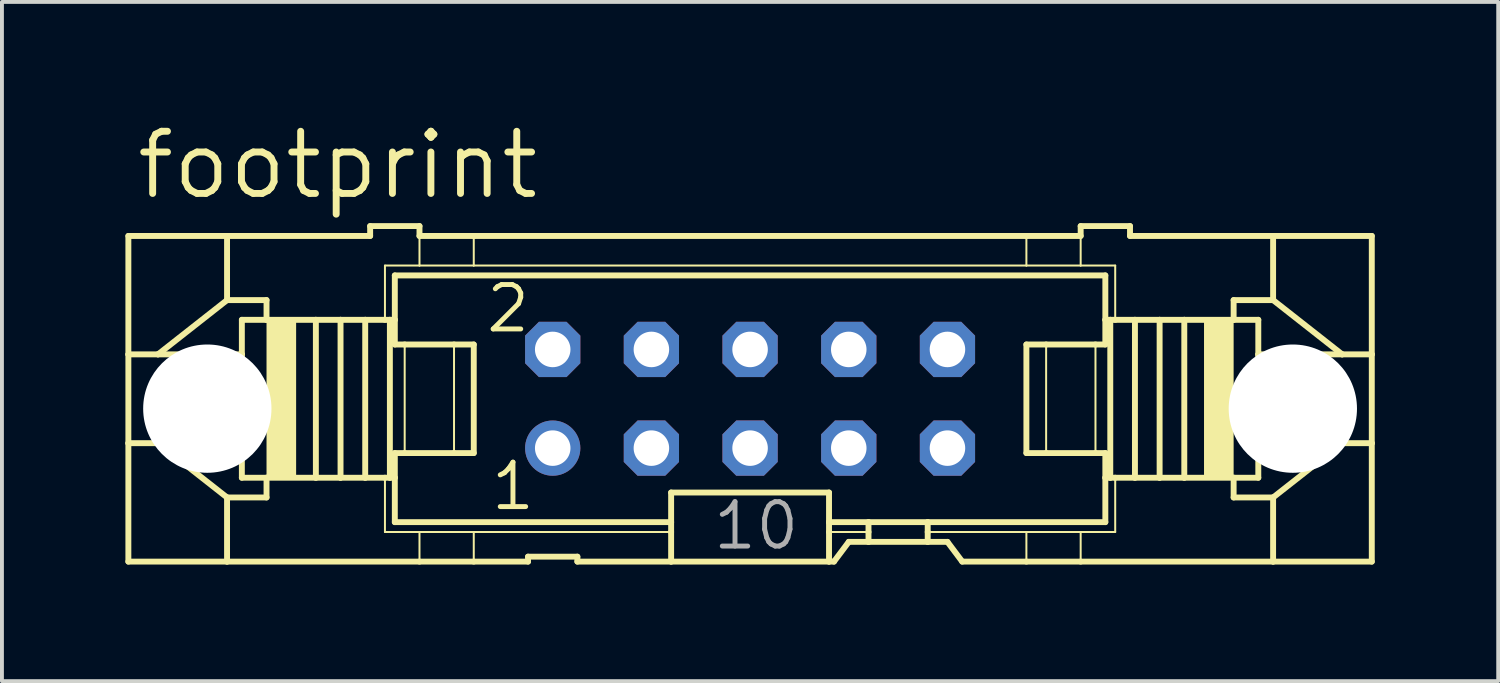
<source format=kicad_pcb>
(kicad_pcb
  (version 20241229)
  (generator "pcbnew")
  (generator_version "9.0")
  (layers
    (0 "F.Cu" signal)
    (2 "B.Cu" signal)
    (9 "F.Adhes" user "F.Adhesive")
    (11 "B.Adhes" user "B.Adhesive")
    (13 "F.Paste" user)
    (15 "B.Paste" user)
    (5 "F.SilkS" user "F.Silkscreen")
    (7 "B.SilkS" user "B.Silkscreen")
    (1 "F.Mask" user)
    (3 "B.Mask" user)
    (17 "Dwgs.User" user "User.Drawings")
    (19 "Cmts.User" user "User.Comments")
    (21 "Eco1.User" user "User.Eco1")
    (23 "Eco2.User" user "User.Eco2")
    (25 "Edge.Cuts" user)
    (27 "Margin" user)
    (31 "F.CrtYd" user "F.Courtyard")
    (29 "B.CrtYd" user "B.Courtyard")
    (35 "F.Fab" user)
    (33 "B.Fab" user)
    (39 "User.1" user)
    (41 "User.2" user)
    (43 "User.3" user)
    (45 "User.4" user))
  (footprint "footprint"
    (layer "F.Cu")
    (at 16.256 7.214)
    (property "Reference" "footprint" (at -15.875 -5.08 0) (layer "F.SilkS") (effects (font (size 1.6 1.6) (thickness 0.178)) (justify left bottom)))
    (fp_line (start -16.002 -4.191) (end -16.002 -1.143) (stroke (width 0.152) (type solid)) (layer "F.SilkS"))
    (fp_line (start -16.002 -4.191) (end -13.462 -4.191) (stroke (width 0.152) (type solid)) (layer "F.SilkS"))
    (fp_line (start -16.002 -1.143) (end -16.002 1.143) (stroke (width 0.152) (type solid)) (layer "F.SilkS"))
    (fp_line (start -16.002 -1.143) (end -15.24 -1.143) (stroke (width 0.152) (type solid)) (layer "F.SilkS"))
    (fp_line (start -16.002 1.143) (end -16.002 4.191) (stroke (width 0.152) (type solid)) (layer "F.SilkS"))
    (fp_line (start -16.002 1.143) (end -15.24 1.143) (stroke (width 0.152) (type solid)) (layer "F.SilkS"))
    (fp_line (start -15.24 -1.143) (end -13.081 -1.143) (stroke (width 0.152) (type solid)) (layer "F.SilkS"))
    (fp_line (start -15.24 1.143) (end -13.081 1.143) (stroke (width 0.152) (type solid)) (layer "F.SilkS"))
    (fp_line (start -13.462 -4.191) (end -13.462 -2.54) (stroke (width 0.152) (type solid)) (layer "F.SilkS"))
    (fp_line (start -13.462 -2.54) (end -15.24 -1.143) (stroke (width 0.152) (type solid)) (layer "F.SilkS"))
    (fp_line (start -13.462 2.54) (end -15.24 1.143) (stroke (width 0.152) (type solid)) (layer "F.SilkS"))
    (fp_line (start -13.462 2.54) (end -13.462 4.191) (stroke (width 0.152) (type solid)) (layer "F.SilkS"))
    (fp_line (start -13.462 4.191) (end -16.002 4.191) (stroke (width 0.152) (type solid)) (layer "F.SilkS"))
    (fp_line (start -13.081 -1.143) (end -13.081 -2.032) (stroke (width 0.152) (type solid)) (layer "F.SilkS"))
    (fp_line (start -13.081 1.143) (end -13.081 -1.143) (stroke (width 0.152) (type solid)) (layer "F.SilkS"))
    (fp_line (start -13.081 2.032) (end -13.081 1.143) (stroke (width 0.152) (type solid)) (layer "F.SilkS"))
    (fp_line (start -12.446 -2.54) (end -13.462 -2.54) (stroke (width 0.152) (type solid)) (layer "F.SilkS"))
    (fp_line (start -12.446 -2.54) (end -12.446 -2.032) (stroke (width 0.152) (type solid)) (layer "F.SilkS"))
    (fp_line (start -12.446 -2.032) (end -13.081 -2.032) (stroke (width 0.152) (type solid)) (layer "F.SilkS"))
    (fp_line (start -12.446 2.032) (end -13.081 2.032) (stroke (width 0.152) (type solid)) (layer "F.SilkS"))
    (fp_line (start -12.446 2.032) (end -12.446 2.54) (stroke (width 0.152) (type solid)) (layer "F.SilkS"))
    (fp_line (start -12.446 2.54) (end -13.462 2.54) (stroke (width 0.152) (type solid)) (layer "F.SilkS"))
    (fp_line (start -11.176 -2.032) (end -12.446 -2.032) (stroke (width 0.152) (type solid)) (layer "F.SilkS"))
    (fp_line (start -11.176 2.032) (end -12.446 2.032) (stroke (width 0.152) (type solid)) (layer "F.SilkS"))
    (fp_line (start -11.176 2.032) (end -11.176 -2.032) (stroke (width 0.152) (type solid)) (layer "F.SilkS"))
    (fp_line (start -10.541 -2.032) (end -11.176 -2.032) (stroke (width 0.152) (type solid)) (layer "F.SilkS"))
    (fp_line (start -10.541 2.032) (end -11.176 2.032) (stroke (width 0.152) (type solid)) (layer "F.SilkS"))
    (fp_line (start -10.541 2.032) (end -10.541 -2.032) (stroke (width 0.152) (type solid)) (layer "F.SilkS"))
    (fp_line (start -9.906 -2.032) (end -10.541 -2.032) (stroke (width 0.152) (type solid)) (layer "F.SilkS"))
    (fp_line (start -9.906 2.032) (end -10.541 2.032) (stroke (width 0.152) (type solid)) (layer "F.SilkS"))
    (fp_line (start -9.906 2.032) (end -9.906 -2.032) (stroke (width 0.152) (type solid)) (layer "F.SilkS"))
    (fp_line (start -9.779 -4.445) (end -9.779 -4.191) (stroke (width 0.152) (type solid)) (layer "F.SilkS"))
    (fp_line (start -9.779 -4.445) (end -8.509 -4.445) (stroke (width 0.152) (type solid)) (layer "F.SilkS"))
    (fp_line (start -9.779 -4.191) (end -13.462 -4.191) (stroke (width 0.152) (type solid)) (layer "F.SilkS"))
    (fp_line (start -9.398 -3.429) (end -9.398 -2.032) (stroke (width 0.051) (type solid)) (layer "F.SilkS"))
    (fp_line (start -9.398 -2.032) (end -9.906 -2.032) (stroke (width 0.152) (type solid)) (layer "F.SilkS"))
    (fp_line (start -9.398 2.032) (end -9.906 2.032) (stroke (width 0.152) (type solid)) (layer "F.SilkS"))
    (fp_line (start -9.398 3.429) (end -9.398 2.032) (stroke (width 0.051) (type solid)) (layer "F.SilkS"))
    (fp_line (start -9.271 -2.032) (end -9.398 -2.032) (stroke (width 0.152) (type solid)) (layer "F.SilkS"))
    (fp_line (start -9.271 2.032) (end -9.398 2.032) (stroke (width 0.152) (type solid)) (layer "F.SilkS"))
    (fp_line (start -9.271 2.032) (end -9.271 -2.032) (stroke (width 0.152) (type solid)) (layer "F.SilkS"))
    (fp_line (start -9.144 -3.175) (end 9.144 -3.175) (stroke (width 0.152) (type solid)) (layer "F.SilkS"))
    (fp_line (start -9.144 -2.032) (end -9.271 -2.032) (stroke (width 0.152) (type solid)) (layer "F.SilkS"))
    (fp_line (start -9.144 -2.032) (end -9.144 -3.175) (stroke (width 0.152) (type solid)) (layer "F.SilkS"))
    (fp_line (start -9.144 -1.397) (end -9.144 -2.032) (stroke (width 0.152) (type solid)) (layer "F.SilkS"))
    (fp_line (start -9.144 -1.397) (end -8.89 -1.397) (stroke (width 0.152) (type solid)) (layer "F.SilkS"))
    (fp_line (start -9.144 2.032) (end -9.271 2.032) (stroke (width 0.152) (type solid)) (layer "F.SilkS"))
    (fp_line (start -9.144 2.032) (end -9.144 1.397) (stroke (width 0.152) (type solid)) (layer "F.SilkS"))
    (fp_line (start -9.144 3.175) (end -9.144 2.032) (stroke (width 0.152) (type solid)) (layer "F.SilkS"))
    (fp_line (start -8.89 -1.397) (end -7.62 -1.397) (stroke (width 0.152) (type solid)) (layer "F.SilkS"))
    (fp_line (start -8.89 1.397) (end -9.144 1.397) (stroke (width 0.152) (type solid)) (layer "F.SilkS"))
    (fp_line (start -8.89 1.397) (end -8.89 -1.397) (stroke (width 0.051) (type solid)) (layer "F.SilkS"))
    (fp_line (start -8.509 -4.445) (end -8.509 -4.191) (stroke (width 0.152) (type solid)) (layer "F.SilkS"))
    (fp_line (start -8.509 -3.429) (end -9.398 -3.429) (stroke (width 0.051) (type solid)) (layer "F.SilkS"))
    (fp_line (start -8.509 -3.429) (end -8.509 -4.191) (stroke (width 0.051) (type solid)) (layer "F.SilkS"))
    (fp_line (start -8.509 -3.429) (end -7.112 -3.429) (stroke (width 0.051) (type solid)) (layer "F.SilkS"))
    (fp_line (start -8.509 3.429) (end -9.398 3.429) (stroke (width 0.051) (type solid)) (layer "F.SilkS"))
    (fp_line (start -8.509 4.191) (end -13.462 4.191) (stroke (width 0.152) (type solid)) (layer "F.SilkS"))
    (fp_line (start -8.509 4.191) (end -8.509 3.429) (stroke (width 0.051) (type solid)) (layer "F.SilkS"))
    (fp_line (start -7.62 -1.397) (end -7.112 -1.397) (stroke (width 0.152) (type solid)) (layer "F.SilkS"))
    (fp_line (start -7.62 1.397) (end -8.89 1.397) (stroke (width 0.152) (type solid)) (layer "F.SilkS"))
    (fp_line (start -7.62 1.397) (end -7.62 -1.397) (stroke (width 0.051) (type solid)) (layer "F.SilkS"))
    (fp_line (start -7.112 -4.191) (end -8.509 -4.191) (stroke (width 0.152) (type solid)) (layer "F.SilkS"))
    (fp_line (start -7.112 -4.191) (end 7.112 -4.191) (stroke (width 0.152) (type solid)) (layer "F.SilkS"))
    (fp_line (start -7.112 -3.429) (end -7.112 -4.191) (stroke (width 0.051) (type solid)) (layer "F.SilkS"))
    (fp_line (start -7.112 -3.429) (end 7.112 -3.429) (stroke (width 0.051) (type solid)) (layer "F.SilkS"))
    (fp_line (start -7.112 1.397) (end -7.62 1.397) (stroke (width 0.152) (type solid)) (layer "F.SilkS"))
    (fp_line (start -7.112 1.397) (end -7.112 -1.397) (stroke (width 0.152) (type solid)) (layer "F.SilkS"))
    (fp_line (start -7.112 3.429) (end -8.509 3.429) (stroke (width 0.051) (type solid)) (layer "F.SilkS"))
    (fp_line (start -7.112 4.191) (end -8.509 4.191) (stroke (width 0.152) (type solid)) (layer "F.SilkS"))
    (fp_line (start -7.112 4.191) (end -7.112 3.429) (stroke (width 0.051) (type solid)) (layer "F.SilkS"))
    (fp_line (start -5.715 4.191) (end -7.112 4.191) (stroke (width 0.152) (type solid)) (layer "F.SilkS"))
    (fp_line (start -5.715 4.191) (end -5.715 4.064) (stroke (width 0.152) (type solid)) (layer "F.SilkS"))
    (fp_line (start -4.445 4.064) (end -5.715 4.064) (stroke (width 0.152) (type solid)) (layer "F.SilkS"))
    (fp_line (start -4.445 4.064) (end -4.445 4.191) (stroke (width 0.152) (type solid)) (layer "F.SilkS"))
    (fp_line (start -2.032 3.175) (end -9.144 3.175) (stroke (width 0.152) (type solid)) (layer "F.SilkS"))
    (fp_line (start -2.032 3.175) (end -2.032 2.413) (stroke (width 0.152) (type solid)) (layer "F.SilkS"))
    (fp_line (start -2.032 3.175) (end -2.032 3.429) (stroke (width 0.152) (type solid)) (layer "F.SilkS"))
    (fp_line (start -2.032 3.429) (end -7.112 3.429) (stroke (width 0.051) (type solid)) (layer "F.SilkS"))
    (fp_line (start -2.032 3.429) (end -2.032 4.191) (stroke (width 0.152) (type solid)) (layer "F.SilkS"))
    (fp_line (start -2.032 4.191) (end -4.445 4.191) (stroke (width 0.152) (type solid)) (layer "F.SilkS"))
    (fp_line (start 2.032 2.413) (end -2.032 2.413) (stroke (width 0.152) (type solid)) (layer "F.SilkS"))
    (fp_line (start 2.032 2.413) (end 2.032 3.175) (stroke (width 0.152) (type solid)) (layer "F.SilkS"))
    (fp_line (start 2.032 3.175) (end 2.032 3.429) (stroke (width 0.152) (type solid)) (layer "F.SilkS"))
    (fp_line (start 2.032 3.429) (end 2.032 4.191) (stroke (width 0.152) (type solid)) (layer "F.SilkS"))
    (fp_line (start 2.032 4.191) (end -2.032 4.191) (stroke (width 0.152) (type solid)) (layer "F.SilkS"))
    (fp_line (start 2.159 4.191) (end 2.032 4.191) (stroke (width 0.152) (type solid)) (layer "F.SilkS"))
    (fp_line (start 2.159 4.191) (end 2.54 3.683) (stroke (width 0.152) (type solid)) (layer "F.SilkS"))
    (fp_line (start 3.048 3.175) (end 2.032 3.175) (stroke (width 0.152) (type solid)) (layer "F.SilkS"))
    (fp_line (start 3.048 3.175) (end 3.048 3.429) (stroke (width 0.152) (type solid)) (layer "F.SilkS"))
    (fp_line (start 3.048 3.429) (end 2.032 3.429) (stroke (width 0.051) (type solid)) (layer "F.SilkS"))
    (fp_line (start 3.048 3.429) (end 3.048 3.683) (stroke (width 0.152) (type solid)) (layer "F.SilkS"))
    (fp_line (start 3.048 3.683) (end 2.54 3.683) (stroke (width 0.152) (type solid)) (layer "F.SilkS"))
    (fp_line (start 4.572 3.175) (end 3.048 3.175) (stroke (width 0.152) (type solid)) (layer "F.SilkS"))
    (fp_line (start 4.572 3.175) (end 4.572 3.429) (stroke (width 0.152) (type solid)) (layer "F.SilkS"))
    (fp_line (start 4.572 3.429) (end 4.572 3.683) (stroke (width 0.152) (type solid)) (layer "F.SilkS"))
    (fp_line (start 4.572 3.429) (end 7.112 3.429) (stroke (width 0.051) (type solid)) (layer "F.SilkS"))
    (fp_line (start 4.572 3.683) (end 3.048 3.683) (stroke (width 0.152) (type solid)) (layer "F.SilkS"))
    (fp_line (start 5.08 3.683) (end 4.572 3.683) (stroke (width 0.152) (type solid)) (layer "F.SilkS"))
    (fp_line (start 5.08 3.683) (end 5.461 4.191) (stroke (width 0.152) (type solid)) (layer "F.SilkS"))
    (fp_line (start 7.112 -4.191) (end 7.112 -3.429) (stroke (width 0.051) (type solid)) (layer "F.SilkS"))
    (fp_line (start 7.112 -4.191) (end 8.509 -4.191) (stroke (width 0.152) (type solid)) (layer "F.SilkS"))
    (fp_line (start 7.112 -1.397) (end 7.112 1.397) (stroke (width 0.152) (type solid)) (layer "F.SilkS"))
    (fp_line (start 7.112 -1.397) (end 7.62 -1.397) (stroke (width 0.152) (type solid)) (layer "F.SilkS"))
    (fp_line (start 7.112 3.429) (end 7.112 4.191) (stroke (width 0.051) (type solid)) (layer "F.SilkS"))
    (fp_line (start 7.112 3.429) (end 8.509 3.429) (stroke (width 0.051) (type solid)) (layer "F.SilkS"))
    (fp_line (start 7.112 4.191) (end 5.461 4.191) (stroke (width 0.152) (type solid)) (layer "F.SilkS"))
    (fp_line (start 7.62 -1.397) (end 7.62 1.397) (stroke (width 0.051) (type solid)) (layer "F.SilkS"))
    (fp_line (start 7.62 -1.397) (end 8.89 -1.397) (stroke (width 0.152) (type solid)) (layer "F.SilkS"))
    (fp_line (start 7.62 1.397) (end 7.112 1.397) (stroke (width 0.152) (type solid)) (layer "F.SilkS"))
    (fp_line (start 8.509 -4.191) (end 8.509 -4.445) (stroke (width 0.152) (type solid)) (layer "F.SilkS"))
    (fp_line (start 8.509 -4.191) (end 8.509 -3.429) (stroke (width 0.051) (type solid)) (layer "F.SilkS"))
    (fp_line (start 8.509 -3.429) (end 7.112 -3.429) (stroke (width 0.051) (type solid)) (layer "F.SilkS"))
    (fp_line (start 8.509 -3.429) (end 9.398 -3.429) (stroke (width 0.051) (type solid)) (layer "F.SilkS"))
    (fp_line (start 8.509 3.429) (end 8.509 4.191) (stroke (width 0.051) (type solid)) (layer "F.SilkS"))
    (fp_line (start 8.509 3.429) (end 9.398 3.429) (stroke (width 0.051) (type solid)) (layer "F.SilkS"))
    (fp_line (start 8.509 4.191) (end 7.112 4.191) (stroke (width 0.152) (type solid)) (layer "F.SilkS"))
    (fp_line (start 8.89 -1.397) (end 8.89 1.397) (stroke (width 0.051) (type solid)) (layer "F.SilkS"))
    (fp_line (start 8.89 -1.397) (end 9.144 -1.397) (stroke (width 0.152) (type solid)) (layer "F.SilkS"))
    (fp_line (start 8.89 1.397) (end 7.62 1.397) (stroke (width 0.152) (type solid)) (layer "F.SilkS"))
    (fp_line (start 9.144 -3.175) (end 9.144 -2.032) (stroke (width 0.152) (type solid)) (layer "F.SilkS"))
    (fp_line (start 9.144 -2.032) (end 9.144 -1.397) (stroke (width 0.152) (type solid)) (layer "F.SilkS"))
    (fp_line (start 9.144 -2.032) (end 9.271 -2.032) (stroke (width 0.152) (type solid)) (layer "F.SilkS"))
    (fp_line (start 9.144 1.397) (end 8.89 1.397) (stroke (width 0.152) (type solid)) (layer "F.SilkS"))
    (fp_line (start 9.144 1.397) (end 9.144 2.032) (stroke (width 0.152) (type solid)) (layer "F.SilkS"))
    (fp_line (start 9.144 2.032) (end 9.144 3.175) (stroke (width 0.152) (type solid)) (layer "F.SilkS"))
    (fp_line (start 9.144 2.032) (end 9.271 2.032) (stroke (width 0.152) (type solid)) (layer "F.SilkS"))
    (fp_line (start 9.144 3.175) (end 4.572 3.175) (stroke (width 0.152) (type solid)) (layer "F.SilkS"))
    (fp_line (start 9.271 -2.032) (end 9.271 2.032) (stroke (width 0.152) (type solid)) (layer "F.SilkS"))
    (fp_line (start 9.271 -2.032) (end 9.398 -2.032) (stroke (width 0.152) (type solid)) (layer "F.SilkS"))
    (fp_line (start 9.271 2.032) (end 9.398 2.032) (stroke (width 0.152) (type solid)) (layer "F.SilkS"))
    (fp_line (start 9.398 -3.429) (end 9.398 -2.032) (stroke (width 0.051) (type solid)) (layer "F.SilkS"))
    (fp_line (start 9.398 -2.032) (end 9.906 -2.032) (stroke (width 0.152) (type solid)) (layer "F.SilkS"))
    (fp_line (start 9.398 2.032) (end 9.906 2.032) (stroke (width 0.152) (type solid)) (layer "F.SilkS"))
    (fp_line (start 9.398 3.429) (end 9.398 2.032) (stroke (width 0.051) (type solid)) (layer "F.SilkS"))
    (fp_line (start 9.779 -4.445) (end 8.509 -4.445) (stroke (width 0.152) (type solid)) (layer "F.SilkS"))
    (fp_line (start 9.779 -4.191) (end 9.779 -4.445) (stroke (width 0.152) (type solid)) (layer "F.SilkS"))
    (fp_line (start 9.779 -4.191) (end 13.462 -4.191) (stroke (width 0.152) (type solid)) (layer "F.SilkS"))
    (fp_line (start 9.906 -2.032) (end 9.906 2.032) (stroke (width 0.152) (type solid)) (layer "F.SilkS"))
    (fp_line (start 9.906 -2.032) (end 10.541 -2.032) (stroke (width 0.152) (type solid)) (layer "F.SilkS"))
    (fp_line (start 9.906 2.032) (end 10.541 2.032) (stroke (width 0.152) (type solid)) (layer "F.SilkS"))
    (fp_line (start 10.541 -2.032) (end 10.541 2.032) (stroke (width 0.152) (type solid)) (layer "F.SilkS"))
    (fp_line (start 10.541 -2.032) (end 11.176 -2.032) (stroke (width 0.152) (type solid)) (layer "F.SilkS"))
    (fp_line (start 10.541 2.032) (end 11.176 2.032) (stroke (width 0.152) (type solid)) (layer "F.SilkS"))
    (fp_line (start 11.176 -2.032) (end 11.176 2.032) (stroke (width 0.152) (type solid)) (layer "F.SilkS"))
    (fp_line (start 11.176 -2.032) (end 12.446 -2.032) (stroke (width 0.152) (type solid)) (layer "F.SilkS"))
    (fp_line (start 11.176 2.032) (end 12.446 2.032) (stroke (width 0.152) (type solid)) (layer "F.SilkS"))
    (fp_line (start 12.446 -2.54) (end 13.462 -2.54) (stroke (width 0.152) (type solid)) (layer "F.SilkS"))
    (fp_line (start 12.446 -2.032) (end 12.446 -2.54) (stroke (width 0.152) (type solid)) (layer "F.SilkS"))
    (fp_line (start 12.446 -2.032) (end 13.081 -2.032) (stroke (width 0.152) (type solid)) (layer "F.SilkS"))
    (fp_line (start 12.446 2.032) (end 13.081 2.032) (stroke (width 0.152) (type solid)) (layer "F.SilkS"))
    (fp_line (start 12.446 2.54) (end 12.446 2.032) (stroke (width 0.152) (type solid)) (layer "F.SilkS"))
    (fp_line (start 12.446 2.54) (end 13.462 2.54) (stroke (width 0.152) (type solid)) (layer "F.SilkS"))
    (fp_line (start 13.081 -2.032) (end 13.081 -1.143) (stroke (width 0.152) (type solid)) (layer "F.SilkS"))
    (fp_line (start 13.081 -1.143) (end 13.081 1.143) (stroke (width 0.152) (type solid)) (layer "F.SilkS"))
    (fp_line (start 13.081 1.143) (end 13.081 2.032) (stroke (width 0.152) (type solid)) (layer "F.SilkS"))
    (fp_line (start 13.462 -4.191) (end 16.002 -4.191) (stroke (width 0.152) (type solid)) (layer "F.SilkS"))
    (fp_line (start 13.462 -2.54) (end 13.462 -4.191) (stroke (width 0.152) (type solid)) (layer "F.SilkS"))
    (fp_line (start 13.462 -2.54) (end 15.24 -1.143) (stroke (width 0.152) (type solid)) (layer "F.SilkS"))
    (fp_line (start 13.462 2.54) (end 15.24 1.143) (stroke (width 0.152) (type solid)) (layer "F.SilkS"))
    (fp_line (start 13.462 4.191) (end 8.509 4.191) (stroke (width 0.152) (type solid)) (layer "F.SilkS"))
    (fp_line (start 13.462 4.191) (end 13.462 2.54) (stroke (width 0.152) (type solid)) (layer "F.SilkS"))
    (fp_line (start 15.24 -1.143) (end 13.081 -1.143) (stroke (width 0.152) (type solid)) (layer "F.SilkS"))
    (fp_line (start 15.24 1.143) (end 13.081 1.143) (stroke (width 0.152) (type solid)) (layer "F.SilkS"))
    (fp_line (start 16.002 -1.143) (end 15.24 -1.143) (stroke (width 0.152) (type solid)) (layer "F.SilkS"))
    (fp_line (start 16.002 -1.143) (end 16.002 -4.191) (stroke (width 0.152) (type solid)) (layer "F.SilkS"))
    (fp_line (start 16.002 1.143) (end 15.24 1.143) (stroke (width 0.152) (type solid)) (layer "F.SilkS"))
    (fp_line (start 16.002 1.143) (end 16.002 -1.143) (stroke (width 0.152) (type solid)) (layer "F.SilkS"))
    (fp_line (start 16.002 4.191) (end 13.462 4.191) (stroke (width 0.152) (type solid)) (layer "F.SilkS"))
    (fp_line (start 16.002 4.191) (end 16.002 1.143) (stroke (width 0.152) (type solid)) (layer "F.SilkS"))
    (fp_poly (pts (xy -12.446 2.032) (xy -11.684 2.032) (xy -11.684 -2.032) (xy -12.446 -2.032)) (stroke (width 0) (type solid)) (fill yes) (layer "F.SilkS"))
    (fp_poly (pts (xy 11.684 2.032) (xy 12.446 2.032) (xy 12.446 -2.032) (xy 11.684 -2.032)) (stroke (width 0) (type solid)) (fill yes) (layer "F.SilkS"))
    (fp_poly (pts (xy -15.24 0.381) (xy -13.462 0.381) (xy -13.462 -0.381) (xy -15.24 -0.381)) (stroke (width 0.1) (type solid)) (fill no) (layer "F.Fab"))
    (fp_poly (pts (xy -5.334 -1.016) (xy -4.826 -1.016) (xy -4.826 -1.524) (xy -5.334 -1.524)) (stroke (width 0.1) (type solid)) (fill no) (layer "F.Fab"))
    (fp_poly (pts (xy -5.334 1.524) (xy -4.826 1.524) (xy -4.826 1.016) (xy -5.334 1.016)) (stroke (width 0.1) (type solid)) (fill no) (layer "F.Fab"))
    (fp_poly (pts (xy -2.794 -1.016) (xy -2.286 -1.016) (xy -2.286 -1.524) (xy -2.794 -1.524)) (stroke (width 0.1) (type solid)) (fill no) (layer "F.Fab"))
    (fp_poly (pts (xy -2.794 1.524) (xy -2.286 1.524) (xy -2.286 1.016) (xy -2.794 1.016)) (stroke (width 0.1) (type solid)) (fill no) (layer "F.Fab"))
    (fp_poly (pts (xy -0.254 -1.016) (xy 0.254 -1.016) (xy 0.254 -1.524) (xy -0.254 -1.524)) (stroke (width 0.1) (type solid)) (fill no) (layer "F.Fab"))
    (fp_poly (pts (xy -0.254 1.524) (xy 0.254 1.524) (xy 0.254 1.016) (xy -0.254 1.016)) (stroke (width 0.1) (type solid)) (fill no) (layer "F.Fab"))
    (fp_poly (pts (xy 2.286 -1.016) (xy 2.794 -1.016) (xy 2.794 -1.524) (xy 2.286 -1.524)) (stroke (width 0.1) (type solid)) (fill no) (layer "F.Fab"))
    (fp_poly (pts (xy 2.286 1.524) (xy 2.794 1.524) (xy 2.794 1.016) (xy 2.286 1.016)) (stroke (width 0.1) (type solid)) (fill no) (layer "F.Fab"))
    (fp_poly (pts (xy 4.826 -1.016) (xy 5.334 -1.016) (xy 5.334 -1.524) (xy 4.826 -1.524)) (stroke (width 0.1) (type solid)) (fill no) (layer "F.Fab"))
    (fp_poly (pts (xy 4.826 1.524) (xy 5.334 1.524) (xy 5.334 1.016) (xy 4.826 1.016)) (stroke (width 0.1) (type solid)) (fill no) (layer "F.Fab"))
    (fp_poly (pts (xy 13.462 0.381) (xy 15.24 0.381) (xy 15.24 -0.381) (xy 13.462 -0.381)) (stroke (width 0.1) (type solid)) (fill no) (layer "F.Fab"))
    (fp_text user "2" (at -6.858 -1.651 0) (layer "F.SilkS") (effects (font (size 1.143 1.143) (thickness 0.127)) (justify left bottom)))
    (fp_text user "1" (at -6.731 2.921 0) (layer "F.SilkS") (effects (font (size 1.143 1.143) (thickness 0.127)) (justify left bottom)))
    (fp_text user "10" (at -1.016 3.937 0) (layer "F.Fab") (effects (font (size 1.143 1.143) (thickness 0.127)) (justify left bottom)))
    (pad "" np_thru_hole circle (at -13.97 0.254) (size 3.302 3.302) (drill 3.302) (layers "*.Cu" "*.Mask"))
    (pad "" np_thru_hole circle (at 13.97 0.254) (size 3.302 3.302) (drill 3.302) (layers "*.Cu" "*.Mask"))
    (pad "1" thru_hole circle (at -5.08 1.27) (size 1.422 1.422) (drill 0.914) (layers "*.Cu" "*.Mask"))
    (pad "2" thru_hole roundrect (at -5.08 -1.27) (size 1.422 1.422) (drill 0.914) (layers "*.Cu" "*.Mask") (roundrect_rratio 0.25) (chamfer_ratio 0.25) (chamfer top_left top_right bottom_left bottom_right))
    (pad "3" thru_hole roundrect (at -2.54 1.27) (size 1.422 1.422) (drill 0.914) (layers "*.Cu" "*.Mask") (roundrect_rratio 0.25) (chamfer_ratio 0.25) (chamfer top_left top_right bottom_left bottom_right))
    (pad "4" thru_hole roundrect (at -2.54 -1.27) (size 1.422 1.422) (drill 0.914) (layers "*.Cu" "*.Mask") (roundrect_rratio 0.25) (chamfer_ratio 0.25) (chamfer top_left top_right bottom_left bottom_right))
    (pad "5" thru_hole roundrect (at 0 1.27) (size 1.422 1.422) (drill 0.914) (layers "*.Cu" "*.Mask") (roundrect_rratio 0.25) (chamfer_ratio 0.25) (chamfer top_left top_right bottom_left bottom_right))
    (pad "6" thru_hole roundrect (at 0 -1.27) (size 1.422 1.422) (drill 0.914) (layers "*.Cu" "*.Mask") (roundrect_rratio 0.25) (chamfer_ratio 0.25) (chamfer top_left top_right bottom_left bottom_right))
    (pad "7" thru_hole roundrect (at 2.54 1.27) (size 1.422 1.422) (drill 0.914) (layers "*.Cu" "*.Mask") (roundrect_rratio 0.25) (chamfer_ratio 0.25) (chamfer top_left top_right bottom_left bottom_right))
    (pad "8" thru_hole roundrect (at 2.54 -1.27) (size 1.422 1.422) (drill 0.914) (layers "*.Cu" "*.Mask") (roundrect_rratio 0.25) (chamfer_ratio 0.25) (chamfer top_left top_right bottom_left bottom_right))
    (pad "9" thru_hole roundrect (at 5.08 1.27) (size 1.422 1.422) (drill 0.914) (layers "*.Cu" "*.Mask") (roundrect_rratio 0.25) (chamfer_ratio 0.25) (chamfer top_left top_right bottom_left bottom_right))
    (pad "10" thru_hole roundrect (at 5.08 -1.27) (size 1.422 1.422) (drill 0.914) (layers "*.Cu" "*.Mask") (roundrect_rratio 0.25) (chamfer_ratio 0.25) (chamfer top_left top_right bottom_left bottom_right))
    (zone (net_name "") (layers "F.Cu" "B.Cu") (hatch edge 0.508) (connect_pads) (min_thickness 0.254) (filled_areas_thickness no) (keepout (tracks allowed) (vias not_allowed) (pads allowed) (copperpour allowed) (footprints allowed)) (placement (enabled no)) (fill) (polygon (pts (xy 4.572 7.468) (xy 4.537 7.071) (xy 4.434 6.686) (xy 4.266 6.325) (xy 4.037 5.998) (xy 3.755 5.716) (xy 3.429 5.488) (xy 3.068 5.319) (xy 2.683 5.216) (xy 2.286 5.182) (xy 1.889 5.216) (xy 1.504 5.319) (xy 1.143 5.488) (xy 0.817 5.716) (xy 0.535 5.998) (xy 0.306 6.325) (xy 0.138 6.686) (xy 0.035 7.071) (xy 0 7.468) (xy 0.035 7.865) (xy 0.138 8.249) (xy 0.306 8.611) (xy 0.535 8.937) (xy 0.817 9.219) (xy 1.143 9.447) (xy 1.504 9.616) (xy 1.889 9.719) (xy 2.286 9.754) (xy 2.683 9.719) (xy 3.068 9.616) (xy 3.429 9.447) (xy 3.755 9.219) (xy 4.037 8.937) (xy 4.266 8.611) (xy 4.434 8.249) (xy 4.537 7.865))))
    (zone (net_name "") (layers "F.Cu" "B.Cu") (hatch edge 0.508) (connect_pads) (min_thickness 0.254) (filled_areas_thickness no) (keepout (tracks allowed) (vias not_allowed) (pads allowed) (copperpour allowed) (footprints allowed)) (placement (enabled no)) (fill) (polygon (pts (xy 32.512 7.468) (xy 32.477 7.071) (xy 32.374 6.686) (xy 32.206 6.325) (xy 31.977 5.998) (xy 31.695 5.716) (xy 31.369 5.488) (xy 31.008 5.319) (xy 30.623 5.216) (xy 30.226 5.182) (xy 29.829 5.216) (xy 29.444 5.319) (xy 29.083 5.488) (xy 28.757 5.716) (xy 28.475 5.998) (xy 28.246 6.325) (xy 28.078 6.686) (xy 27.975 7.071) (xy 27.94 7.468) (xy 27.975 7.865) (xy 28.078 8.249) (xy 28.246 8.611) (xy 28.475 8.937) (xy 28.757 9.219) (xy 29.083 9.447) (xy 29.444 9.616) (xy 29.829 9.719) (xy 30.226 9.754) (xy 30.623 9.719) (xy 31.008 9.616) (xy 31.369 9.447) (xy 31.695 9.219) (xy 31.977 8.937) (xy 32.206 8.611) (xy 32.374 8.249) (xy 32.477 7.865))))
    (zone (net_name "") (layer "B.Cu") (hatch edge 0.508) (connect_pads) (min_thickness 0.254) (filled_areas_thickness no) (keepout (tracks not_allowed) (vias not_allowed) (pads not_allowed) (copperpour not_allowed) (footprints allowed)) (placement (enabled no)) (fill) (polygon (pts (xy 4.572 7.468) (xy 4.537 7.071) (xy 4.434 6.686) (xy 4.266 6.325) (xy 4.037 5.998) (xy 3.755 5.716) (xy 3.429 5.488) (xy 3.068 5.319) (xy 2.683 5.216) (xy 2.286 5.182) (xy 1.889 5.216) (xy 1.504 5.319) (xy 1.143 5.488) (xy 0.817 5.716) (xy 0.535 5.998) (xy 0.306 6.325) (xy 0.138 6.686) (xy 0.035 7.071) (xy 0 7.468) (xy 0.035 7.865) (xy 0.138 8.249) (xy 0.306 8.611) (xy 0.535 8.937) (xy 0.817 9.219) (xy 1.143 9.447) (xy 1.504 9.616) (xy 1.889 9.719) (xy 2.286 9.754) (xy 2.683 9.719) (xy 3.068 9.616) (xy 3.429 9.447) (xy 3.755 9.219) (xy 4.037 8.937) (xy 4.266 8.611) (xy 4.434 8.249) (xy 4.537 7.865))))
    (zone (net_name "") (layer "B.Cu") (hatch edge 0.508) (connect_pads) (min_thickness 0.254) (filled_areas_thickness no) (keepout (tracks not_allowed) (vias not_allowed) (pads not_allowed) (copperpour not_allowed) (footprints allowed)) (placement (enabled no)) (fill) (polygon (pts (xy 32.512 7.468) (xy 32.477 7.071) (xy 32.374 6.686) (xy 32.206 6.325) (xy 31.977 5.998) (xy 31.695 5.716) (xy 31.369 5.488) (xy 31.008 5.319) (xy 30.623 5.216) (xy 30.226 5.182) (xy 29.829 5.216) (xy 29.444 5.319) (xy 29.083 5.488) (xy 28.757 5.716) (xy 28.475 5.998) (xy 28.246 6.325) (xy 28.078 6.686) (xy 27.975 7.071) (xy 27.94 7.468) (xy 27.975 7.865) (xy 28.078 8.249) (xy 28.246 8.611) (xy 28.475 8.937) (xy 28.757 9.219) (xy 29.083 9.447) (xy 29.444 9.616) (xy 29.829 9.719) (xy 30.226 9.754) (xy 30.623 9.719) (xy 31.008 9.616) (xy 31.369 9.447) (xy 31.695 9.219) (xy 31.977 8.937) (xy 32.206 8.611) (xy 32.374 8.249) (xy 32.477 7.865)))))
  (gr_rect
    (start -3 -3)
    (end 35.512 14.481)
    (stroke (width 0.1) (type default))
    (fill no)
    (layer "Edge.Cuts")))
</source>
